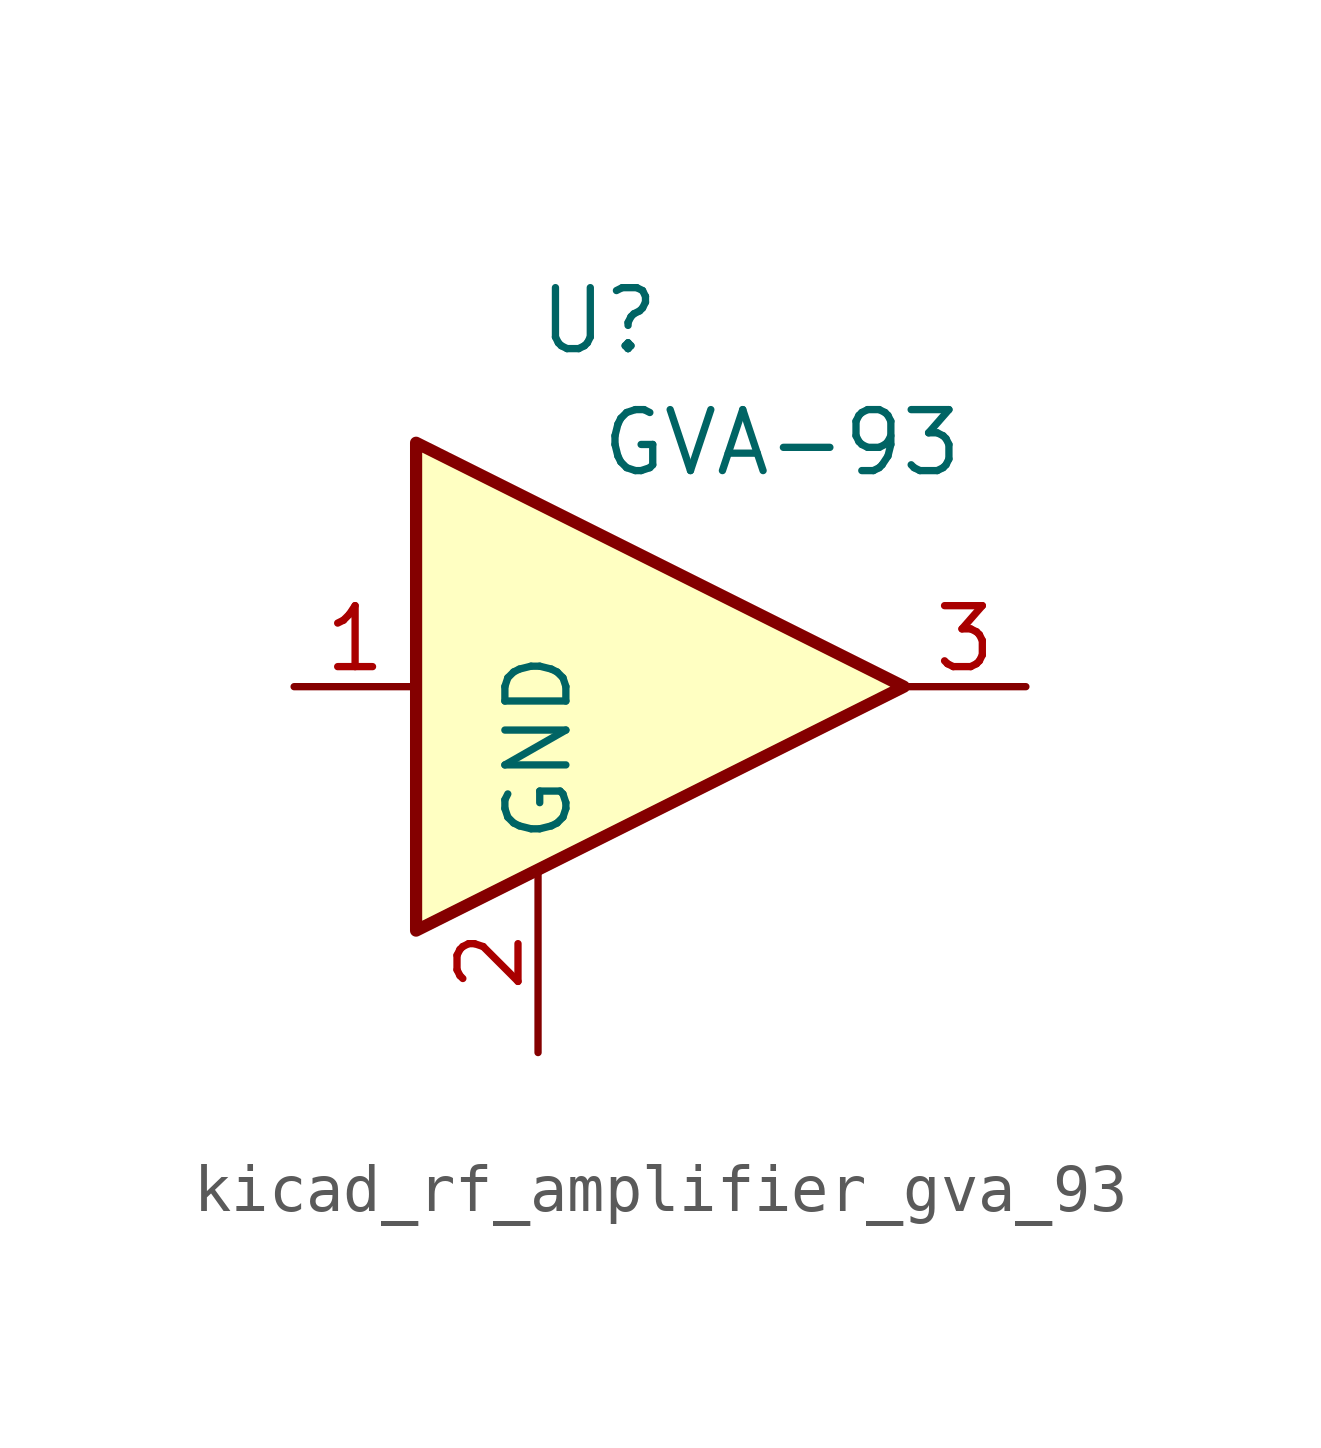
<source format=kicad_sym>
(kicad_symbol_lib
  (version 20220914)
  (generator kicad_symbol_editor)
  (symbol "kicad_rf_amplifier_gva_93"
    (property "Reference" "U"
      (at -1.27 7.62 0)
      (effects (font (size 1.27 1.27))))
    (property "Value" "GVA-93"
      (at 2.54 5.08 0)
      (effects (font (size 1.27 1.27))))
    (symbol "kicad_rf_amplifier_gva_93_0_1"
      (polyline (pts (xy 5.08 0) (xy -5.08 5.08) (xy -5.08 -5.08) (xy 5.08 0)) (stroke (width 0.254) (type default)) (fill (type background))))
    (symbol "kicad_rf_amplifier_gva_93_1_1"
      (pin input line (at -7.62 0 0) (length 2.54) (name "~" (effects (font (size 1.27 1.27)))) (number "1" (effects (font (size 1.27 1.27)))))
      (pin power_in line (at -2.54 -7.62 90) (length 3.81) (name "GND" (effects (font (size 1.27 1.27)))) (number "2" (effects (font (size 1.27 1.27)))))
      (pin output line (at 7.62 0 180) (length 2.54) (name "~" (effects (font (size 1.27 1.27)))) (number "3" (effects (font (size 1.27 1.27))))))))
</source>
